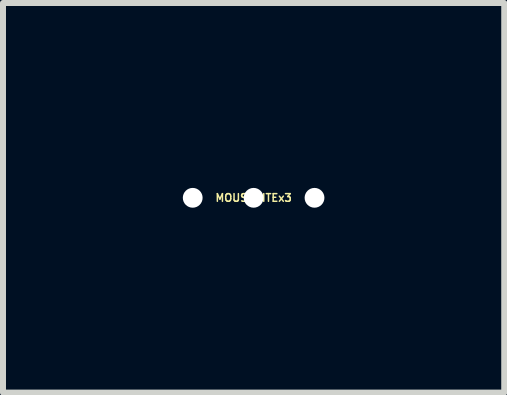
<source format=kicad_pcb>
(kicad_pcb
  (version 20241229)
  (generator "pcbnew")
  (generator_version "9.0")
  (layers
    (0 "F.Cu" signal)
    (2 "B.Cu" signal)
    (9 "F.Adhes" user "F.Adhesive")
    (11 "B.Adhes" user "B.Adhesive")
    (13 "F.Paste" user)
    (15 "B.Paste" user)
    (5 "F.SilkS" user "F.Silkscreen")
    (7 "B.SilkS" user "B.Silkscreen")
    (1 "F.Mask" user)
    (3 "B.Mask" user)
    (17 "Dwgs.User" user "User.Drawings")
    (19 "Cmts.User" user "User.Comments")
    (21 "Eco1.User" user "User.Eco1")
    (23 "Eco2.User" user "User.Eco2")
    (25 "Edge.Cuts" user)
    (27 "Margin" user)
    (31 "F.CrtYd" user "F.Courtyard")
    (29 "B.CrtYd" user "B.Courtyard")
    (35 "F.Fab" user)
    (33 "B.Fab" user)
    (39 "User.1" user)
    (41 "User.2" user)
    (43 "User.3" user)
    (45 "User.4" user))
  (footprint "MOUSEBITEx3"
    (layer "F.Cu")
    (at 1.181 0.25)
    (property "Reference" "MOUSEBITEx3" (at 0 0 0) (layer "F.SilkS") (effects (font (size 0.127 0.127) (thickness 0.025))))
    (attr through_hole)
    (pad "" np_thru_hole circle (at -1.016 0) (size 0.33 0.33) (drill 0.33) (layers "*.Cu" "*.Mask"))
    (pad "" np_thru_hole circle (at 0 0) (size 0.33 0.33) (drill 0.33) (layers "*.Cu" "*.Mask"))
    (pad "" np_thru_hole circle (at 1.016 0) (size 0.33 0.33) (drill 0.33) (layers "*.Cu" "*.Mask")))
  (gr_rect
    (start -3 -3)
    (end 5.362 3.5)
    (stroke (width 0.1) (type default))
    (fill no)
    (layer "Edge.Cuts")))
</source>
